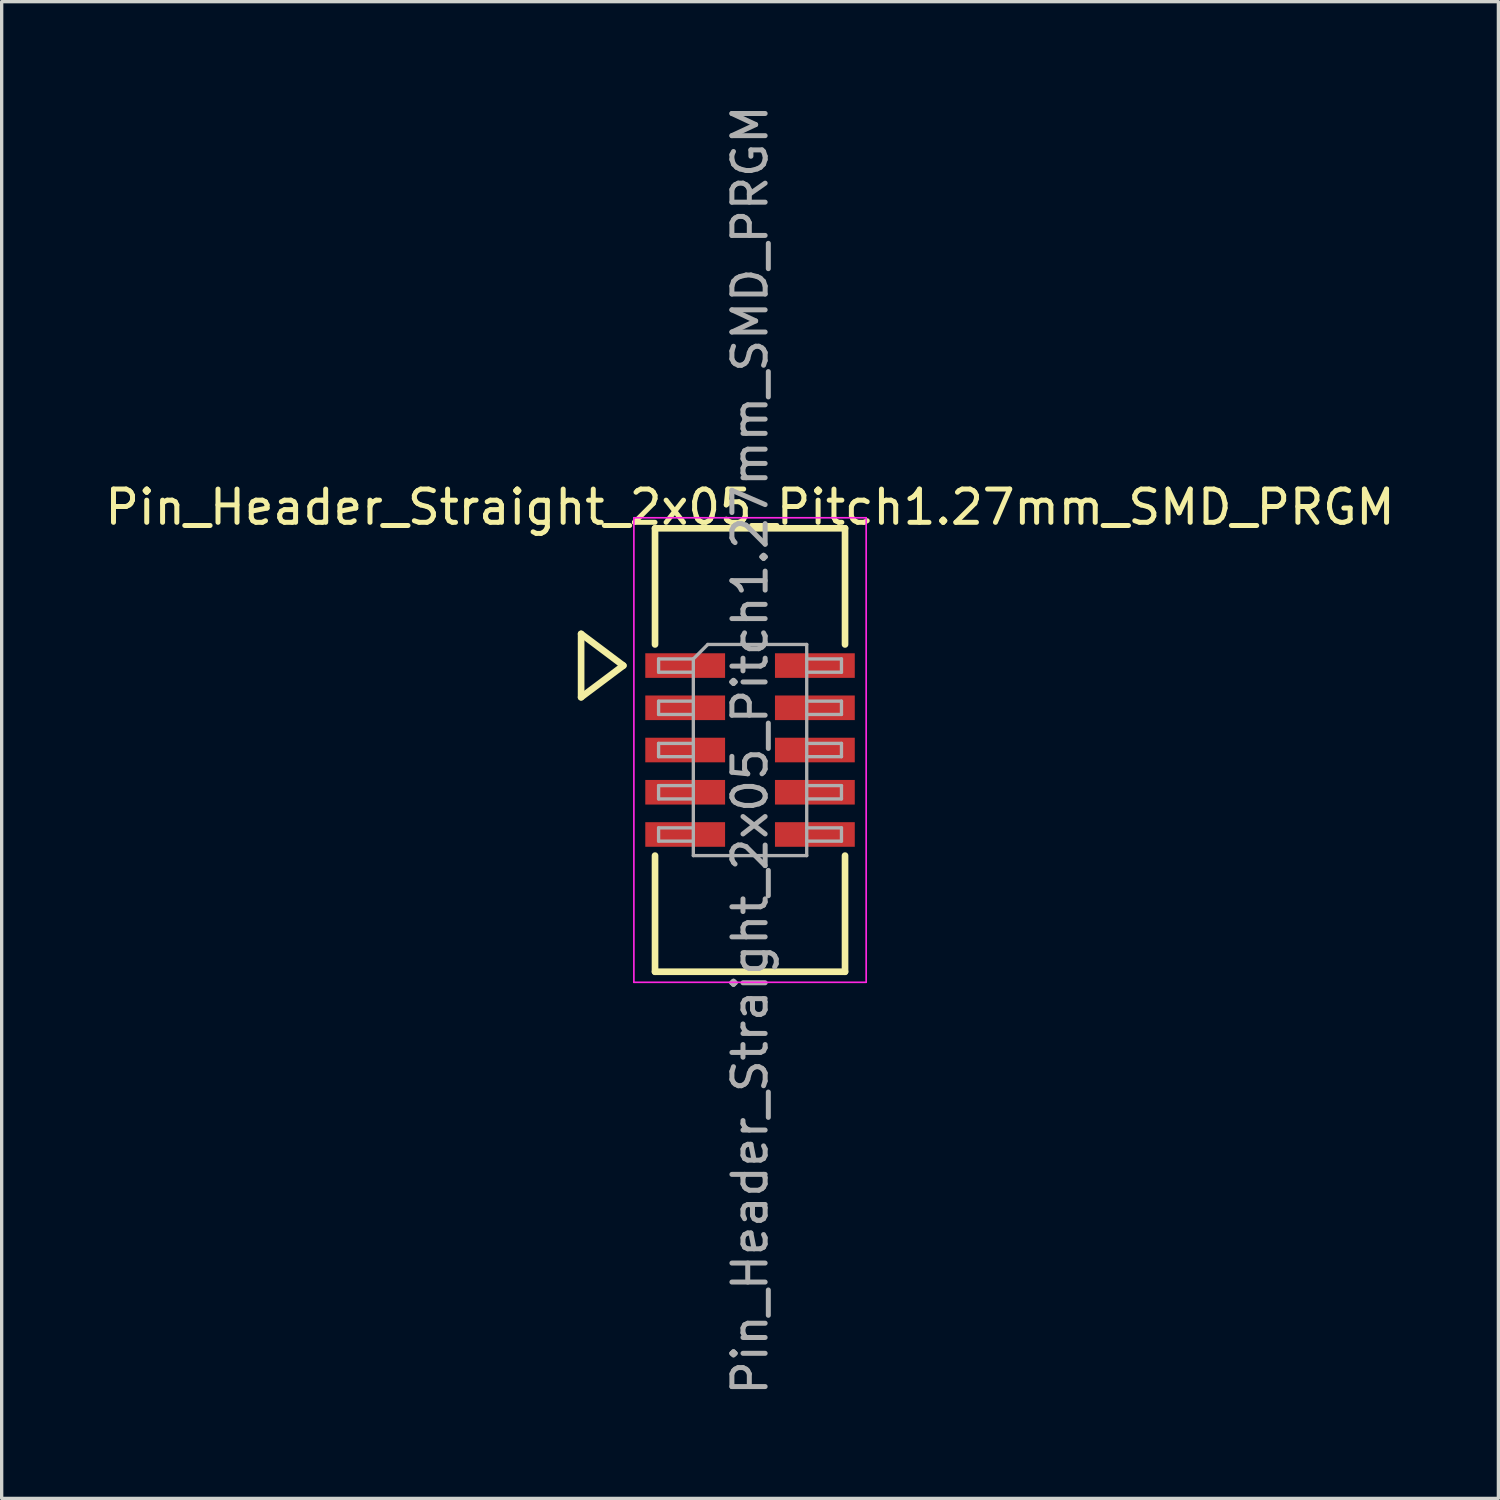
<source format=kicad_pcb>
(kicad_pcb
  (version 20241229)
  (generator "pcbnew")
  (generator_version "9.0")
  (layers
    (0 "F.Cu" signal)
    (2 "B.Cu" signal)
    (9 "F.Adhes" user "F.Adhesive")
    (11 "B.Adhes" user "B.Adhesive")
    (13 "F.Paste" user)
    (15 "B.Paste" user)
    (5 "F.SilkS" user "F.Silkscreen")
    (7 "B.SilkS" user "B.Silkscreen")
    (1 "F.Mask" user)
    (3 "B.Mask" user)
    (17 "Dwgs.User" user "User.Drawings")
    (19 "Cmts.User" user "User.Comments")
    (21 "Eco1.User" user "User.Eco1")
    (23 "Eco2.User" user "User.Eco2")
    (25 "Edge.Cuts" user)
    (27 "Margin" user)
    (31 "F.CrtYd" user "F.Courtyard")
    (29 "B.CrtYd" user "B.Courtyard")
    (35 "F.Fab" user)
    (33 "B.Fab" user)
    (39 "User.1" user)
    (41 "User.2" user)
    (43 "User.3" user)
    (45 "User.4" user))
  (footprint "Pin_Header_Straight_2x05_Pitch1.27mm_SMD_PRGM"
    (layer "F.Cu")
    (at 19.506 19.506)
    (property "Reference" "Pin_Header_Straight_2x05_Pitch1.27mm_SMD_PRGM" (at 0 -7.303 0) (layer "F.SilkS") (effects (font (size 1 1) (thickness 0.15))))
    (attr smd)
    (fp_line (start -5.08 -3.493) (end -5.08 -1.587) (stroke (width 0.2) (type solid)) (layer "F.SilkS"))
    (fp_line (start -5.08 -1.587) (end -3.81 -2.54) (stroke (width 0.2) (type solid)) (layer "F.SilkS"))
    (fp_line (start -3.81 -2.54) (end -5.08 -3.493) (stroke (width 0.2) (type solid)) (layer "F.SilkS"))
    (fp_line (start -2.857 -6.668) (end -2.857 -3.175) (stroke (width 0.2) (type solid)) (layer "F.SilkS"))
    (fp_line (start -2.857 -6.668) (end 2.857 -6.668) (stroke (width 0.2) (type solid)) (layer "F.SilkS"))
    (fp_line (start -2.857 3.175) (end -2.857 6.668) (stroke (width 0.2) (type solid)) (layer "F.SilkS"))
    (fp_line (start -2.857 6.668) (end 2.857 6.668) (stroke (width 0.2) (type solid)) (layer "F.SilkS"))
    (fp_line (start 2.857 -6.668) (end 2.857 -3.175) (stroke (width 0.2) (type solid)) (layer "F.SilkS"))
    (fp_line (start 2.857 6.668) (end 2.857 3.175) (stroke (width 0.2) (type solid)) (layer "F.SilkS"))
    (fp_line (start -3.493 -6.985) (end -3.493 6.985) (stroke (width 0.05) (type solid)) (layer "F.CrtYd"))
    (fp_line (start -3.493 6.985) (end 3.493 6.985) (stroke (width 0.05) (type solid)) (layer "F.CrtYd"))
    (fp_line (start 3.493 -6.985) (end -3.493 -6.985) (stroke (width 0.05) (type solid)) (layer "F.CrtYd"))
    (fp_line (start 3.493 6.985) (end 3.493 -6.985) (stroke (width 0.05) (type solid)) (layer "F.CrtYd"))
    (fp_line (start -2.75 -2.74) (end -2.75 -2.34) (stroke (width 0.1) (type solid)) (layer "F.Fab"))
    (fp_line (start -2.75 -2.34) (end -1.705 -2.34) (stroke (width 0.1) (type solid)) (layer "F.Fab"))
    (fp_line (start -2.75 -1.47) (end -2.75 -1.07) (stroke (width 0.1) (type solid)) (layer "F.Fab"))
    (fp_line (start -2.75 -1.07) (end -1.705 -1.07) (stroke (width 0.1) (type solid)) (layer "F.Fab"))
    (fp_line (start -2.75 -0.2) (end -2.75 0.2) (stroke (width 0.1) (type solid)) (layer "F.Fab"))
    (fp_line (start -2.75 0.2) (end -1.705 0.2) (stroke (width 0.1) (type solid)) (layer "F.Fab"))
    (fp_line (start -2.75 1.07) (end -2.75 1.47) (stroke (width 0.1) (type solid)) (layer "F.Fab"))
    (fp_line (start -2.75 1.47) (end -1.705 1.47) (stroke (width 0.1) (type solid)) (layer "F.Fab"))
    (fp_line (start -2.75 2.34) (end -2.75 2.74) (stroke (width 0.1) (type solid)) (layer "F.Fab"))
    (fp_line (start -2.75 2.74) (end -1.705 2.74) (stroke (width 0.1) (type solid)) (layer "F.Fab"))
    (fp_line (start -1.705 -2.74) (end -2.75 -2.74) (stroke (width 0.1) (type solid)) (layer "F.Fab"))
    (fp_line (start -1.705 -2.74) (end -1.27 -3.175) (stroke (width 0.1) (type solid)) (layer "F.Fab"))
    (fp_line (start -1.705 -1.47) (end -2.75 -1.47) (stroke (width 0.1) (type solid)) (layer "F.Fab"))
    (fp_line (start -1.705 -0.2) (end -2.75 -0.2) (stroke (width 0.1) (type solid)) (layer "F.Fab"))
    (fp_line (start -1.705 1.07) (end -2.75 1.07) (stroke (width 0.1) (type solid)) (layer "F.Fab"))
    (fp_line (start -1.705 2.34) (end -2.75 2.34) (stroke (width 0.1) (type solid)) (layer "F.Fab"))
    (fp_line (start -1.705 3.175) (end -1.705 -2.74) (stroke (width 0.1) (type solid)) (layer "F.Fab"))
    (fp_line (start -1.27 -3.175) (end 1.705 -3.175) (stroke (width 0.1) (type solid)) (layer "F.Fab"))
    (fp_line (start 1.705 -3.175) (end 1.705 3.175) (stroke (width 0.1) (type solid)) (layer "F.Fab"))
    (fp_line (start 1.705 -2.74) (end 2.75 -2.74) (stroke (width 0.1) (type solid)) (layer "F.Fab"))
    (fp_line (start 1.705 -1.47) (end 2.75 -1.47) (stroke (width 0.1) (type solid)) (layer "F.Fab"))
    (fp_line (start 1.705 -0.2) (end 2.75 -0.2) (stroke (width 0.1) (type solid)) (layer "F.Fab"))
    (fp_line (start 1.705 1.07) (end 2.75 1.07) (stroke (width 0.1) (type solid)) (layer "F.Fab"))
    (fp_line (start 1.705 2.34) (end 2.75 2.34) (stroke (width 0.1) (type solid)) (layer "F.Fab"))
    (fp_line (start 1.705 3.175) (end -1.705 3.175) (stroke (width 0.1) (type solid)) (layer "F.Fab"))
    (fp_line (start 2.75 -2.74) (end 2.75 -2.34) (stroke (width 0.1) (type solid)) (layer "F.Fab"))
    (fp_line (start 2.75 -2.34) (end 1.705 -2.34) (stroke (width 0.1) (type solid)) (layer "F.Fab"))
    (fp_line (start 2.75 -1.47) (end 2.75 -1.07) (stroke (width 0.1) (type solid)) (layer "F.Fab"))
    (fp_line (start 2.75 -1.07) (end 1.705 -1.07) (stroke (width 0.1) (type solid)) (layer "F.Fab"))
    (fp_line (start 2.75 -0.2) (end 2.75 0.2) (stroke (width 0.1) (type solid)) (layer "F.Fab"))
    (fp_line (start 2.75 0.2) (end 1.705 0.2) (stroke (width 0.1) (type solid)) (layer "F.Fab"))
    (fp_line (start 2.75 1.07) (end 2.75 1.47) (stroke (width 0.1) (type solid)) (layer "F.Fab"))
    (fp_line (start 2.75 1.47) (end 1.705 1.47) (stroke (width 0.1) (type solid)) (layer "F.Fab"))
    (fp_line (start 2.75 2.34) (end 2.75 2.74) (stroke (width 0.1) (type solid)) (layer "F.Fab"))
    (fp_line (start 2.75 2.74) (end 1.705 2.74) (stroke (width 0.1) (type solid)) (layer "F.Fab"))
    (fp_text user "${REFERENCE}" (at 0 0 90) (layer "F.Fab") (effects (font (size 1 1) (thickness 0.15))))
    (pad "1" smd rect (at -1.95 -2.54) (size 2.4 0.74) (layers "F.Cu" "F.Mask" "F.Paste"))
    (pad "2" smd rect (at 1.95 -2.54) (size 2.4 0.74) (layers "F.Cu" "F.Mask" "F.Paste"))
    (pad "3" smd rect (at -1.95 -1.27) (size 2.4 0.74) (layers "F.Cu" "F.Mask" "F.Paste"))
    (pad "4" smd rect (at 1.95 -1.27) (size 2.4 0.74) (layers "F.Cu" "F.Mask" "F.Paste"))
    (pad "5" smd rect (at -1.95 0) (size 2.4 0.74) (layers "F.Cu" "F.Mask" "F.Paste"))
    (pad "6" smd rect (at 1.95 0) (size 2.4 0.74) (layers "F.Cu" "F.Mask" "F.Paste"))
    (pad "7" smd rect (at -1.95 1.27) (size 2.4 0.74) (layers "F.Cu" "F.Mask" "F.Paste"))
    (pad "8" smd rect (at 1.95 1.27) (size 2.4 0.74) (layers "F.Cu" "F.Mask" "F.Paste"))
    (pad "9" smd rect (at -1.95 2.54) (size 2.4 0.74) (layers "F.Cu" "F.Mask" "F.Paste"))
    (pad "10" smd rect (at 1.95 2.54) (size 2.4 0.74) (layers "F.Cu" "F.Mask" "F.Paste")))
  (gr_rect
    (start -3 -3)
    (end 42.012 42.012)
    (stroke (width 0.1) (type default))
    (fill no)
    (layer "Edge.Cuts")))
</source>
